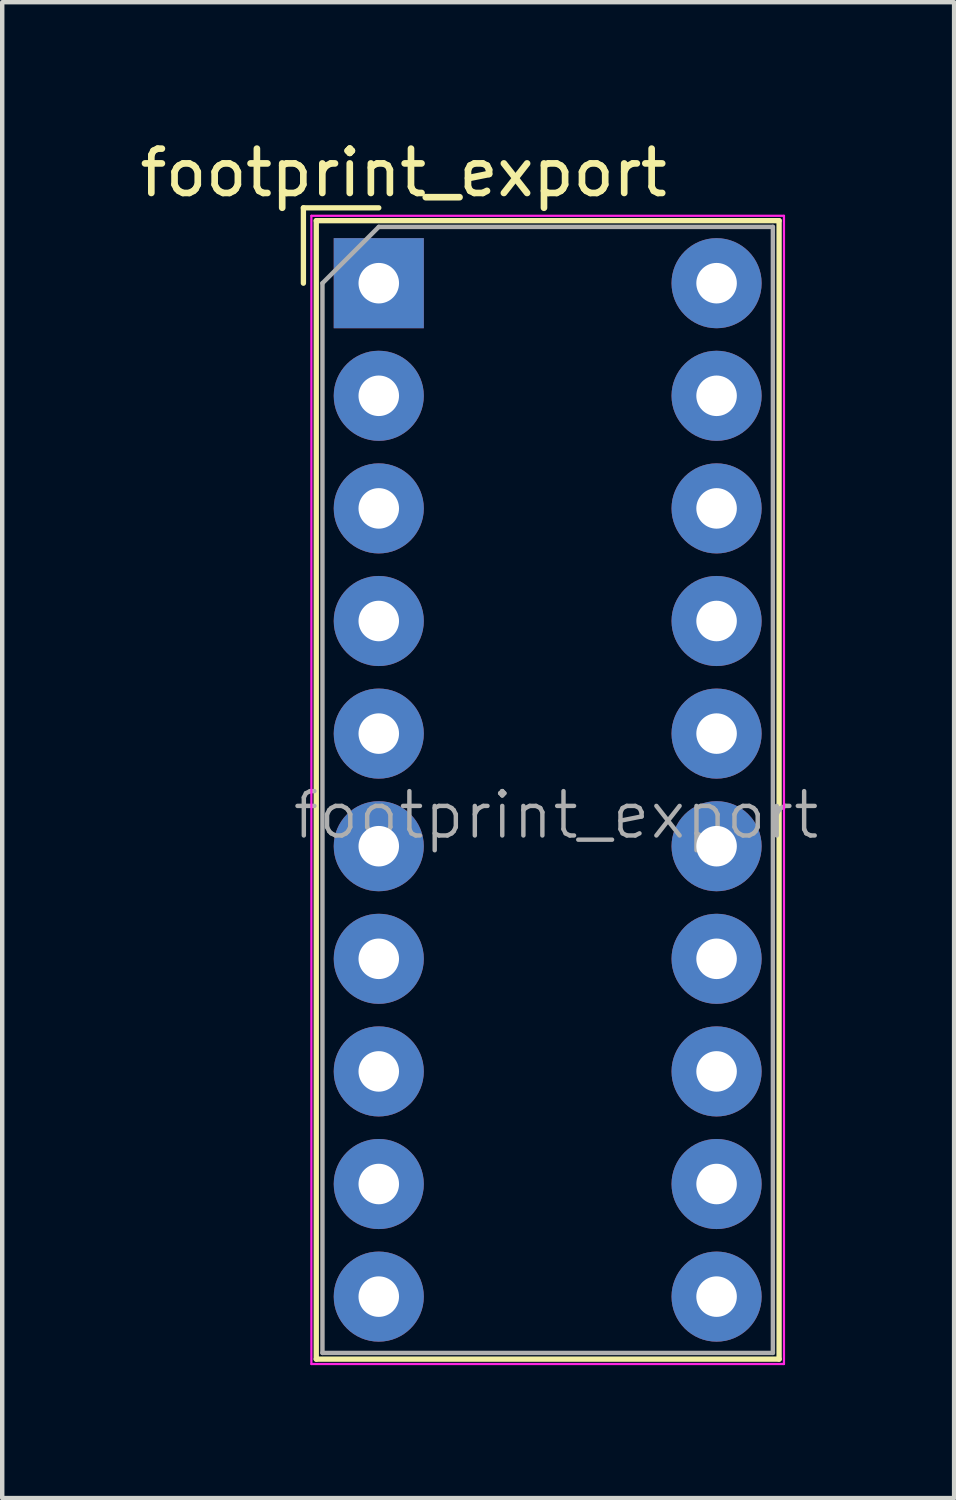
<source format=kicad_pcb>
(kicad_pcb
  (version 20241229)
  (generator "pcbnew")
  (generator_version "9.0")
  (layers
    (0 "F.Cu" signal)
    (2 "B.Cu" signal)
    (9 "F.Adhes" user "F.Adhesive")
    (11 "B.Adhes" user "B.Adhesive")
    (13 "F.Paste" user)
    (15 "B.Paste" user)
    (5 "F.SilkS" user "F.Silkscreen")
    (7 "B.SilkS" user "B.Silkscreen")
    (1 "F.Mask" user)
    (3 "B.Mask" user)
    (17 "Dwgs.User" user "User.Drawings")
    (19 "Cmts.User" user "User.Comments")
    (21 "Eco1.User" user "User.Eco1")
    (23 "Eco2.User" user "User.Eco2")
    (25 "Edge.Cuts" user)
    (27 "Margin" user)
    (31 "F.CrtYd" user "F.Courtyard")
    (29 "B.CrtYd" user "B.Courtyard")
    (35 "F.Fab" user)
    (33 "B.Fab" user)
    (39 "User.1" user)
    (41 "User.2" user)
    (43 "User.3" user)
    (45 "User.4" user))
  (footprint "footprint_export"
    (layer "F.Cu")
    (at 5.494 3.338)
    (property "Reference" "footprint_export" (at 0.56 -2.49 0) (layer "F.SilkS") (effects (font (size 1 1) (thickness 0.15))))
    (attr through_hole)
    (fp_line (start -1.7 -1.7) (end -1.7 0) (stroke (width 0.12) (type solid)) (layer "F.SilkS"))
    (fp_line (start -1.41 -1.41) (end 9.03 -1.41) (stroke (width 0.12) (type solid)) (layer "F.SilkS"))
    (fp_line (start -1.41 24.27) (end -1.41 -1.41) (stroke (width 0.12) (type solid)) (layer "F.SilkS"))
    (fp_line (start 0 -1.7) (end -1.7 -1.7) (stroke (width 0.12) (type solid)) (layer "F.SilkS"))
    (fp_line (start 9.03 -1.41) (end 9.03 24.27) (stroke (width 0.12) (type solid)) (layer "F.SilkS"))
    (fp_line (start 9.03 24.27) (end -1.41 24.27) (stroke (width 0.12) (type solid)) (layer "F.SilkS"))
    (fp_line (start -1.52 -1.52) (end -1.52 24.38) (stroke (width 0.05) (type solid)) (layer "F.CrtYd"))
    (fp_line (start -1.52 -1.52) (end 9.14 -1.52) (stroke (width 0.05) (type solid)) (layer "F.CrtYd"))
    (fp_line (start -1.52 24.38) (end 9.14 24.38) (stroke (width 0.05) (type solid)) (layer "F.CrtYd"))
    (fp_line (start 9.14 24.38) (end 9.14 -1.52) (stroke (width 0.05) (type solid)) (layer "F.CrtYd"))
    (fp_line (start -1.27 0) (end -1.27 24.13) (stroke (width 0.1) (type solid)) (layer "F.Fab"))
    (fp_line (start -1.27 24.13) (end 8.89 24.13) (stroke (width 0.1) (type solid)) (layer "F.Fab"))
    (fp_line (start 0 -1.27) (end -1.27 0) (stroke (width 0.1) (type solid)) (layer "F.Fab"))
    (fp_line (start 0 -1.27) (end 8.89 -1.27) (stroke (width 0.1) (type solid)) (layer "F.Fab"))
    (fp_line (start 8.89 -1.27) (end 8.89 24.13) (stroke (width 0.1) (type solid)) (layer "F.Fab"))
    (fp_text user "${REFERENCE}" (at 4 12 0) (layer "F.Fab") (effects (font (size 1 1) (thickness 0.1))))
    (pad "1" thru_hole rect (at 0 0 270) (size 2.032 2.032) (drill 0.914) (layers "*.Cu" "*.Mask"))
    (pad "2" thru_hole circle (at 0 2.54 270) (size 2.032 2.032) (drill 0.914) (layers "*.Cu" "*.Mask"))
    (pad "3" thru_hole circle (at 0 5.08 270) (size 2.032 2.032) (drill 0.914) (layers "*.Cu" "*.Mask"))
    (pad "4" thru_hole circle (at 0 7.62 270) (size 2.032 2.032) (drill 0.914) (layers "*.Cu" "*.Mask"))
    (pad "5" thru_hole circle (at 0 10.16 270) (size 2.032 2.032) (drill 0.914) (layers "*.Cu" "*.Mask"))
    (pad "6" thru_hole circle (at 0 12.7 270) (size 2.032 2.032) (drill 0.914) (layers "*.Cu" "*.Mask"))
    (pad "7" thru_hole circle (at 0 15.24 270) (size 2.032 2.032) (drill 0.914) (layers "*.Cu" "*.Mask"))
    (pad "8" thru_hole circle (at 0 17.78 270) (size 2.032 2.032) (drill 0.914) (layers "*.Cu" "*.Mask"))
    (pad "9" thru_hole circle (at 0 20.32 270) (size 2.032 2.032) (drill 0.914) (layers "*.Cu" "*.Mask"))
    (pad "10" thru_hole circle (at 0 22.86 270) (size 2.032 2.032) (drill 0.914) (layers "*.Cu" "*.Mask"))
    (pad "11" thru_hole circle (at 7.62 22.86 270) (size 2.032 2.032) (drill 0.914) (layers "*.Cu" "*.Mask"))
    (pad "12" thru_hole circle (at 7.62 20.32 270) (size 2.032 2.032) (drill 0.914) (layers "*.Cu" "*.Mask"))
    (pad "13" thru_hole circle (at 7.62 17.78 270) (size 2.032 2.032) (drill 0.914) (layers "*.Cu" "*.Mask"))
    (pad "14" thru_hole circle (at 7.62 15.24 270) (size 2.032 2.032) (drill 0.914) (layers "*.Cu" "*.Mask"))
    (pad "15" thru_hole circle (at 7.62 12.7 270) (size 2.032 2.032) (drill 0.914) (layers "*.Cu" "*.Mask"))
    (pad "16" thru_hole circle (at 7.62 10.16 270) (size 2.032 2.032) (drill 0.914) (layers "*.Cu" "*.Mask"))
    (pad "17" thru_hole circle (at 7.62 7.62 270) (size 2.032 2.032) (drill 0.914) (layers "*.Cu" "*.Mask"))
    (pad "18" thru_hole circle (at 7.62 5.08 270) (size 2.032 2.032) (drill 0.914) (layers "*.Cu" "*.Mask"))
    (pad "19" thru_hole circle (at 7.62 2.54 270) (size 2.032 2.032) (drill 0.914) (layers "*.Cu" "*.Mask"))
    (pad "20" thru_hole circle (at 7.62 0 270) (size 2.032 2.032) (drill 0.914) (layers "*.Cu" "*.Mask")))
  (gr_rect
    (start -3 -3)
    (end 18.472 30.743)
    (stroke (width 0.1) (type default))
    (fill no)
    (layer "Edge.Cuts")))
</source>
